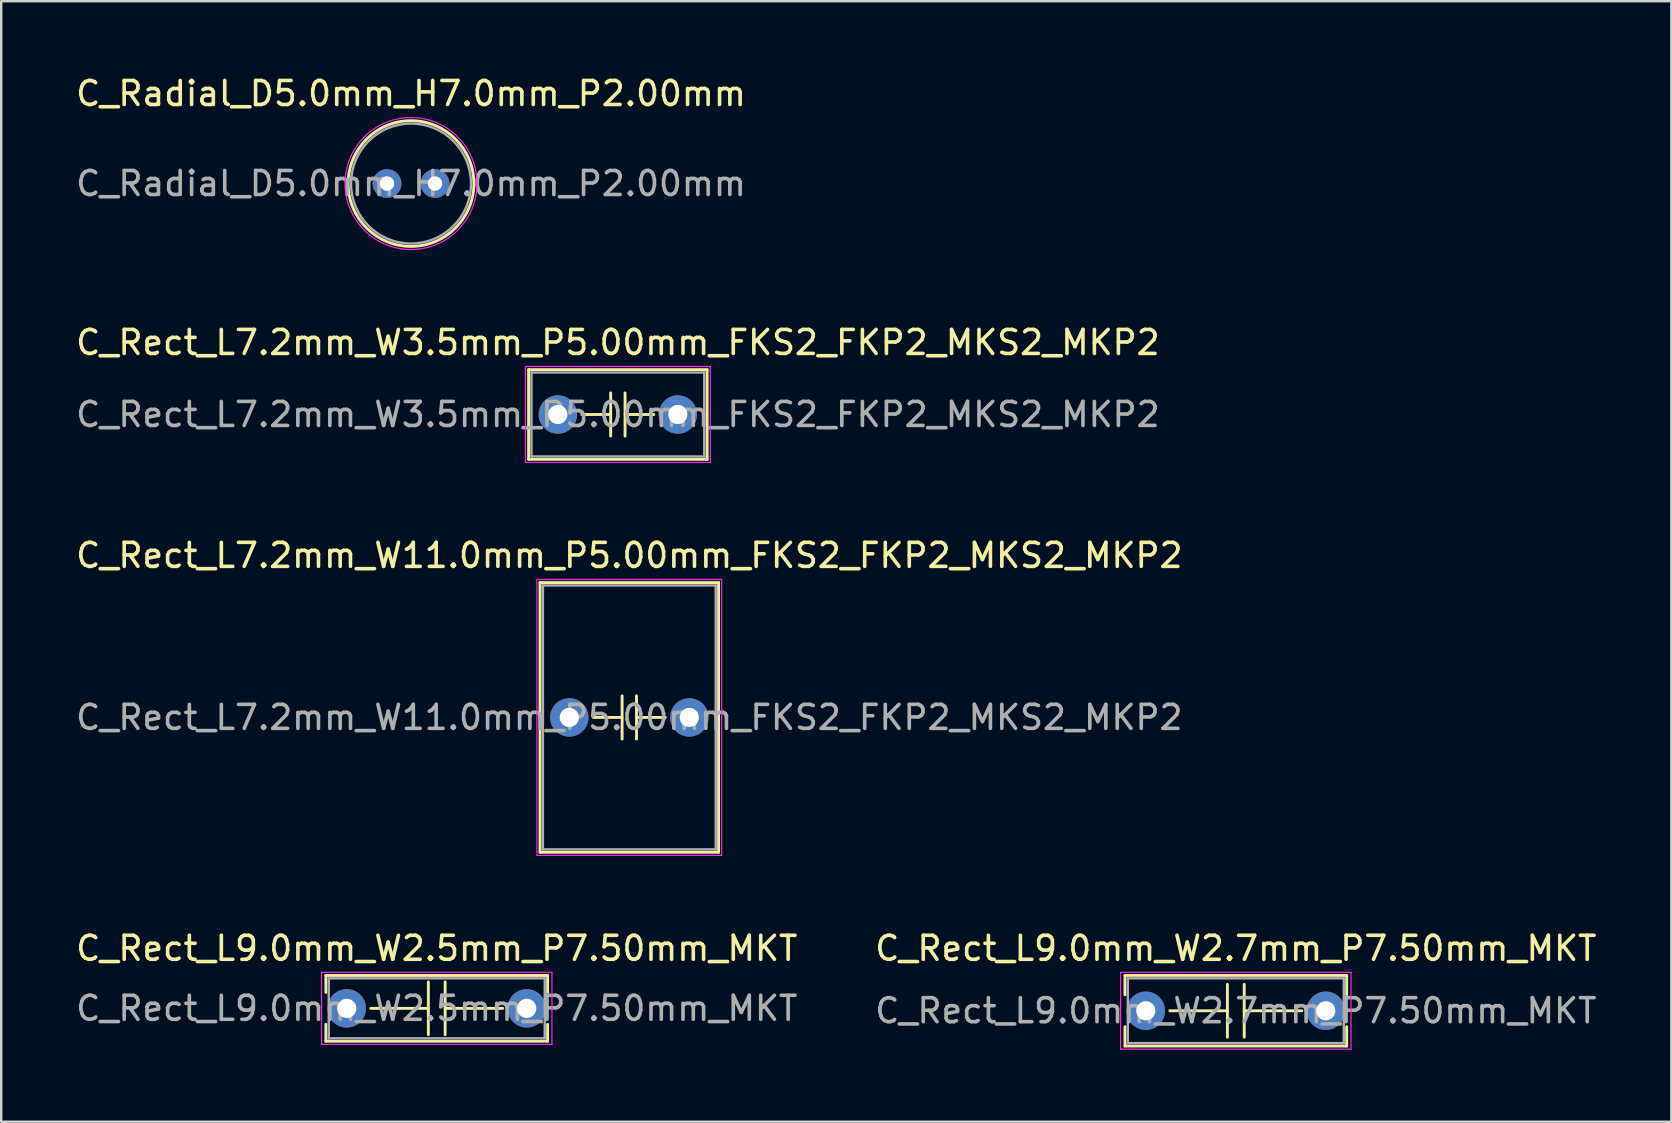
<source format=kicad_pcb>
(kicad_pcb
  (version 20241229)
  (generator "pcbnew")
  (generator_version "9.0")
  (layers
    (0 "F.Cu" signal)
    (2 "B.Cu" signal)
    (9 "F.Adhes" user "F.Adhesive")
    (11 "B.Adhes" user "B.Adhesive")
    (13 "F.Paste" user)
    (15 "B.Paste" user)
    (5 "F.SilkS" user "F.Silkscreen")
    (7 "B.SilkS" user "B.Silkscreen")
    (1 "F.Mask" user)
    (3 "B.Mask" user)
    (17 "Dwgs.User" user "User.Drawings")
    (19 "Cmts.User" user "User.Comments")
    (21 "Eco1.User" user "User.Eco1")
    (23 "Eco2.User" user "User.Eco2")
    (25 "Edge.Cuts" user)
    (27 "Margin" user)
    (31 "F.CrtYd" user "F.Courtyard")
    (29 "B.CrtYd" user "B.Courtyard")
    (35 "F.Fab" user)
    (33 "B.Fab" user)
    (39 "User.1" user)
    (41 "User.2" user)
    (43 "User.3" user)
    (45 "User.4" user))
  (footprint "C_Rect_L7.2mm_W3.5mm_P5.00mm_FKS2_FKP2_MKS2_MKP2"
    (layer "F.Cu")
    (at 20.196 14.222)
    (property "Reference" "C_Rect_L7.2mm_W3.5mm_P5.00mm_FKS2_FKP2_MKS2_MKP2" (at 2.5 -3 0) (layer "F.SilkS") (effects (font (size 1 1) (thickness 0.15))))
    (attr through_hole)
    (fp_line (start -1.22 -1.87) (end -1.22 1.87) (stroke (width 0.12) (type solid)) (layer "F.SilkS"))
    (fp_line (start -1.22 -1.87) (end 6.22 -1.87) (stroke (width 0.12) (type solid)) (layer "F.SilkS"))
    (fp_line (start -1.22 1.87) (end 6.22 1.87) (stroke (width 0.12) (type solid)) (layer "F.SilkS"))
    (fp_line (start 1 0) (end 2.2 0) (stroke (width 0.12) (type solid)) (layer "F.SilkS"))
    (fp_line (start 2.2 -0.9) (end 2.2 0.9) (stroke (width 0.12) (type solid)) (layer "F.SilkS"))
    (fp_line (start 2.8 -0.9) (end 2.8 0.9) (stroke (width 0.12) (type solid)) (layer "F.SilkS"))
    (fp_line (start 4 0) (end 2.8 0) (stroke (width 0.12) (type solid)) (layer "F.SilkS"))
    (fp_line (start 6.22 -1.87) (end 6.22 1.87) (stroke (width 0.12) (type solid)) (layer "F.SilkS"))
    (fp_line (start -1.35 -2) (end -1.35 2) (stroke (width 0.05) (type solid)) (layer "F.CrtYd"))
    (fp_line (start -1.35 2) (end 6.35 2) (stroke (width 0.05) (type solid)) (layer "F.CrtYd"))
    (fp_line (start 6.35 -2) (end -1.35 -2) (stroke (width 0.05) (type solid)) (layer "F.CrtYd"))
    (fp_line (start 6.35 2) (end 6.35 -2) (stroke (width 0.05) (type solid)) (layer "F.CrtYd"))
    (fp_line (start -1.1 -1.75) (end -1.1 1.75) (stroke (width 0.1) (type solid)) (layer "F.Fab"))
    (fp_line (start -1.1 1.75) (end 6.1 1.75) (stroke (width 0.1) (type solid)) (layer "F.Fab"))
    (fp_line (start 6.1 -1.75) (end -1.1 -1.75) (stroke (width 0.1) (type solid)) (layer "F.Fab"))
    (fp_line (start 6.1 1.75) (end 6.1 -1.75) (stroke (width 0.1) (type solid)) (layer "F.Fab"))
    (fp_text user "${REFERENCE}" (at 2.5 0 0) (layer "F.Fab") (effects (font (size 1 1) (thickness 0.15))))
    (pad "1" thru_hole circle (at 0 0) (size 1.6 1.6) (drill 0.8) (layers "*.Cu" "*.Mask"))
    (pad "2" thru_hole circle (at 5 0) (size 1.6 1.6) (drill 0.8) (layers "*.Cu" "*.Mask")))
  (footprint "C_Rect_L9.0mm_W2.7mm_P7.50mm_MKT"
    (layer "F.Cu")
    (at 44.696 39.068)
    (property "Reference" "C_Rect_L9.0mm_W2.7mm_P7.50mm_MKT" (at 3.75 -2.6 0) (layer "F.SilkS") (effects (font (size 1 1) (thickness 0.15))))
    (attr through_hole)
    (fp_line (start -0.87 -1.471) (end -0.87 -0.665) (stroke (width 0.12) (type solid)) (layer "F.SilkS"))
    (fp_line (start -0.87 -1.471) (end 8.37 -1.471) (stroke (width 0.12) (type solid)) (layer "F.SilkS"))
    (fp_line (start -0.87 0.665) (end -0.87 1.471) (stroke (width 0.12) (type solid)) (layer "F.SilkS"))
    (fp_line (start -0.87 1.471) (end 8.37 1.471) (stroke (width 0.12) (type solid)) (layer "F.SilkS"))
    (fp_line (start 1 0) (end 3.4 0) (stroke (width 0.12) (type solid)) (layer "F.SilkS"))
    (fp_line (start 3.4 -1.1) (end 3.4 1.1) (stroke (width 0.12) (type solid)) (layer "F.SilkS"))
    (fp_line (start 4.1 -1.1) (end 4.1 1.1) (stroke (width 0.12) (type solid)) (layer "F.SilkS"))
    (fp_line (start 4.1 0) (end 6.5 0) (stroke (width 0.12) (type solid)) (layer "F.SilkS"))
    (fp_line (start 8.37 -1.471) (end 8.37 -0.665) (stroke (width 0.12) (type solid)) (layer "F.SilkS"))
    (fp_line (start 8.37 0.665) (end 8.37 1.471) (stroke (width 0.12) (type solid)) (layer "F.SilkS"))
    (fp_line (start -1.05 -1.6) (end -1.05 1.6) (stroke (width 0.05) (type solid)) (layer "F.CrtYd"))
    (fp_line (start -1.05 1.6) (end 8.55 1.6) (stroke (width 0.05) (type solid)) (layer "F.CrtYd"))
    (fp_line (start 8.55 -1.6) (end -1.05 -1.6) (stroke (width 0.05) (type solid)) (layer "F.CrtYd"))
    (fp_line (start 8.55 1.6) (end 8.55 -1.6) (stroke (width 0.05) (type solid)) (layer "F.CrtYd"))
    (fp_line (start -0.75 -1.35) (end -0.75 1.35) (stroke (width 0.1) (type solid)) (layer "F.Fab"))
    (fp_line (start -0.75 1.35) (end 8.25 1.35) (stroke (width 0.1) (type solid)) (layer "F.Fab"))
    (fp_line (start 8.25 -1.35) (end -0.75 -1.35) (stroke (width 0.1) (type solid)) (layer "F.Fab"))
    (fp_line (start 8.25 1.35) (end 8.25 -1.35) (stroke (width 0.1) (type solid)) (layer "F.Fab"))
    (fp_text user "${REFERENCE}" (at 3.75 0 0) (layer "F.Fab") (effects (font (size 1 1) (thickness 0.15))))
    (pad "1" thru_hole circle (at 0 0) (size 1.6 1.6) (drill 0.8) (layers "*.Cu" "*.Mask"))
    (pad "2" thru_hole circle (at 7.5 0) (size 1.6 1.6) (drill 0.8) (layers "*.Cu" "*.Mask")))
  (footprint "C_Radial_D5.0mm_H7.0mm_P2.00mm"
    (layer "F.Cu")
    (at 13.077 4.598)
    (property "Reference" "C_Radial_D5.0mm_H7.0mm_P2.00mm" (at 1 -3.75 0) (layer "F.SilkS") (effects (font (size 1 1) (thickness 0.15))))
    (attr through_hole)
    (fp_circle (center 1 0) (end 3.62 0) (stroke (width 0.12) (type solid)) (fill no) (layer "F.SilkS"))
    (fp_circle (center 1 0) (end 3.75 0) (stroke (width 0.05) (type solid)) (fill no) (layer "F.CrtYd"))
    (fp_circle (center 1 0) (end 3.5 0) (stroke (width 0.1) (type solid)) (fill no) (layer "F.Fab"))
    (fp_text user "${REFERENCE}" (at 1 0 0) (layer "F.Fab") (effects (font (size 1 1) (thickness 0.15))))
    (pad "1" thru_hole circle (at 0 0) (size 1.2 1.2) (drill 0.6) (layers "*.Cu" "*.Mask"))
    (pad "2" thru_hole circle (at 2 0) (size 1.2 1.2) (drill 0.6) (layers "*.Cu" "*.Mask")))
  (footprint "C_Rect_L9.0mm_W2.5mm_P7.50mm_MKT"
    (layer "F.Cu")
    (at 11.399 38.968)
    (property "Reference" "C_Rect_L9.0mm_W2.5mm_P7.50mm_MKT" (at 3.75 -2.5 0) (layer "F.SilkS") (effects (font (size 1 1) (thickness 0.15))))
    (attr through_hole)
    (fp_line (start -0.87 -1.37) (end -0.87 -0.665) (stroke (width 0.12) (type solid)) (layer "F.SilkS"))
    (fp_line (start -0.87 -1.37) (end 8.37 -1.37) (stroke (width 0.12) (type solid)) (layer "F.SilkS"))
    (fp_line (start -0.87 0.665) (end -0.87 1.37) (stroke (width 0.12) (type solid)) (layer "F.SilkS"))
    (fp_line (start -0.87 1.37) (end 8.37 1.37) (stroke (width 0.12) (type solid)) (layer "F.SilkS"))
    (fp_line (start 1 0) (end 3.4 0) (stroke (width 0.12) (type solid)) (layer "F.SilkS"))
    (fp_line (start 3.4 -1.1) (end 3.4 1.1) (stroke (width 0.12) (type solid)) (layer "F.SilkS"))
    (fp_line (start 4.1 -1.1) (end 4.1 1.1) (stroke (width 0.12) (type solid)) (layer "F.SilkS"))
    (fp_line (start 4.1 0) (end 6.5 0) (stroke (width 0.12) (type solid)) (layer "F.SilkS"))
    (fp_line (start 8.37 -1.37) (end 8.37 -0.665) (stroke (width 0.12) (type solid)) (layer "F.SilkS"))
    (fp_line (start 8.37 0.665) (end 8.37 1.37) (stroke (width 0.12) (type solid)) (layer "F.SilkS"))
    (fp_line (start -1.05 -1.5) (end -1.05 1.5) (stroke (width 0.05) (type solid)) (layer "F.CrtYd"))
    (fp_line (start -1.05 1.5) (end 8.55 1.5) (stroke (width 0.05) (type solid)) (layer "F.CrtYd"))
    (fp_line (start 8.55 -1.5) (end -1.05 -1.5) (stroke (width 0.05) (type solid)) (layer "F.CrtYd"))
    (fp_line (start 8.55 1.5) (end 8.55 -1.5) (stroke (width 0.05) (type solid)) (layer "F.CrtYd"))
    (fp_line (start -0.75 -1.25) (end -0.75 1.25) (stroke (width 0.1) (type solid)) (layer "F.Fab"))
    (fp_line (start -0.75 1.25) (end 8.25 1.25) (stroke (width 0.1) (type solid)) (layer "F.Fab"))
    (fp_line (start 8.25 -1.25) (end -0.75 -1.25) (stroke (width 0.1) (type solid)) (layer "F.Fab"))
    (fp_line (start 8.25 1.25) (end 8.25 -1.25) (stroke (width 0.1) (type solid)) (layer "F.Fab"))
    (fp_text user "${REFERENCE}" (at 3.75 0 0) (layer "F.Fab") (effects (font (size 1 1) (thickness 0.15))))
    (pad "1" thru_hole circle (at 0 0) (size 1.6 1.6) (drill 0.8) (layers "*.Cu" "*.Mask"))
    (pad "2" thru_hole circle (at 7.5 0) (size 1.6 1.6) (drill 0.8) (layers "*.Cu" "*.Mask")))
  (footprint "C_Rect_L7.2mm_W11.0mm_P5.00mm_FKS2_FKP2_MKS2_MKP2"
    (layer "F.Cu")
    (at 20.673 26.845)
    (property "Reference" "C_Rect_L7.2mm_W11.0mm_P5.00mm_FKS2_FKP2_MKS2_MKP2" (at 2.5 -6.75 0) (layer "F.SilkS") (effects (font (size 1 1) (thickness 0.15))))
    (attr through_hole)
    (fp_line (start -1.22 -5.62) (end -1.22 5.62) (stroke (width 0.12) (type solid)) (layer "F.SilkS"))
    (fp_line (start -1.22 -5.62) (end 6.22 -5.62) (stroke (width 0.12) (type solid)) (layer "F.SilkS"))
    (fp_line (start -1.22 5.62) (end 6.22 5.62) (stroke (width 0.12) (type solid)) (layer "F.SilkS"))
    (fp_line (start 1 0) (end 2.2 0) (stroke (width 0.12) (type solid)) (layer "F.SilkS"))
    (fp_line (start 2.2 -0.9) (end 2.2 0.9) (stroke (width 0.12) (type solid)) (layer "F.SilkS"))
    (fp_line (start 2.8 -0.9) (end 2.8 0.9) (stroke (width 0.12) (type solid)) (layer "F.SilkS"))
    (fp_line (start 4 0) (end 2.8 0) (stroke (width 0.12) (type solid)) (layer "F.SilkS"))
    (fp_line (start 6.22 -5.62) (end 6.22 5.62) (stroke (width 0.12) (type solid)) (layer "F.SilkS"))
    (fp_line (start -1.35 -5.75) (end -1.35 5.75) (stroke (width 0.05) (type solid)) (layer "F.CrtYd"))
    (fp_line (start -1.35 5.75) (end 6.35 5.75) (stroke (width 0.05) (type solid)) (layer "F.CrtYd"))
    (fp_line (start 6.35 -5.75) (end -1.35 -5.75) (stroke (width 0.05) (type solid)) (layer "F.CrtYd"))
    (fp_line (start 6.35 5.75) (end 6.35 -5.75) (stroke (width 0.05) (type solid)) (layer "F.CrtYd"))
    (fp_line (start -1.1 -5.5) (end -1.1 5.5) (stroke (width 0.1) (type solid)) (layer "F.Fab"))
    (fp_line (start -1.1 5.5) (end 6.1 5.5) (stroke (width 0.1) (type solid)) (layer "F.Fab"))
    (fp_line (start 6.1 -5.5) (end -1.1 -5.5) (stroke (width 0.1) (type solid)) (layer "F.Fab"))
    (fp_line (start 6.1 5.5) (end 6.1 -5.5) (stroke (width 0.1) (type solid)) (layer "F.Fab"))
    (fp_text user "${REFERENCE}" (at 2.5 0 0) (layer "F.Fab") (effects (font (size 1 1) (thickness 0.15))))
    (pad "1" thru_hole circle (at 0 0) (size 1.6 1.6) (drill 0.8) (layers "*.Cu" "*.Mask"))
    (pad "2" thru_hole circle (at 5 0) (size 1.6 1.6) (drill 0.8) (layers "*.Cu" "*.Mask")))
  (gr_rect
    (start -3 -3)
    (end 66.595 43.693)
    (stroke (width 0.1) (type default))
    (fill no)
    (layer "Edge.Cuts")))
</source>
